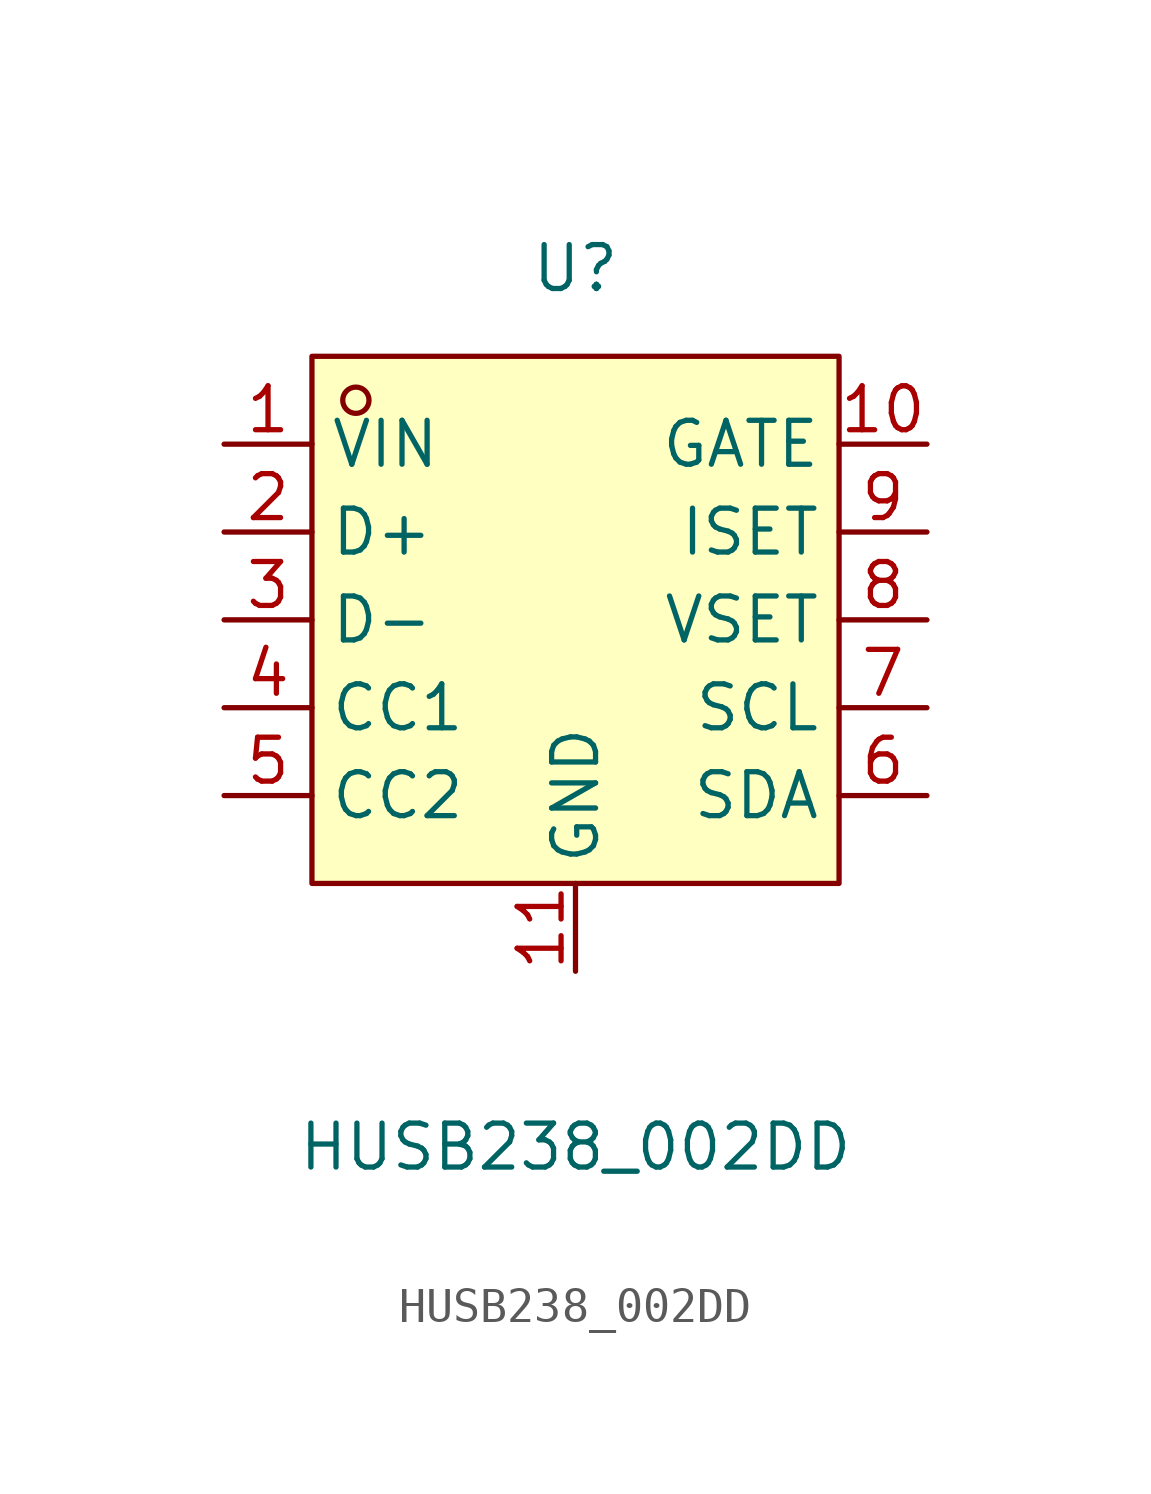
<source format=kicad_sym>
(kicad_symbol_lib
  (version 20231120)
  (generator "kicad_symbol_editor")
  (generator_version "8.0")
  (symbol "HUSB238_002DD"
    (property "Reference" "U"
      (at 0 10.16 0)
      (effects (font (size 1.27 1.27))))
    (property "Value" "HUSB238_002DD"
      (at 0 -15.24 0)
      (effects (font (size 1.27 1.27))))
    (symbol "HUSB238_002DD_0_1"
      (rectangle (start -7.62 7.62) (end 7.62 -7.62) (stroke (width 0) (type default)) (fill (type background)))
      (circle (center -6.35 6.35) (radius 0.38) (stroke (width 0) (type default)) (fill (type none)))
      (pin unspecified line (at -10.16 5.08 0) (length 2.54) (name "VIN" (effects (font (size 1.27 1.27)))) (number "1" (effects (font (size 1.27 1.27)))))
      (pin unspecified line (at 10.16 5.08 180) (length 2.54) (name "GATE" (effects (font (size 1.27 1.27)))) (number "10" (effects (font (size 1.27 1.27)))))
      (pin unspecified line (at 0 -10.16 90) (length 2.54) (name "GND" (effects (font (size 1.27 1.27)))) (number "11" (effects (font (size 1.27 1.27)))))
      (pin unspecified line (at -10.16 2.54 0) (length 2.54) (name "D+" (effects (font (size 1.27 1.27)))) (number "2" (effects (font (size 1.27 1.27)))))
      (pin unspecified line (at -10.16 0 0) (length 2.54) (name "D-" (effects (font (size 1.27 1.27)))) (number "3" (effects (font (size 1.27 1.27)))))
      (pin unspecified line (at -10.16 -2.54 0) (length 2.54) (name "CC1" (effects (font (size 1.27 1.27)))) (number "4" (effects (font (size 1.27 1.27)))))
      (pin unspecified line (at -10.16 -5.08 0) (length 2.54) (name "CC2" (effects (font (size 1.27 1.27)))) (number "5" (effects (font (size 1.27 1.27)))))
      (pin unspecified line (at 10.16 -5.08 180) (length 2.54) (name "SDA" (effects (font (size 1.27 1.27)))) (number "6" (effects (font (size 1.27 1.27)))))
      (pin unspecified line (at 10.16 -2.54 180) (length 2.54) (name "SCL" (effects (font (size 1.27 1.27)))) (number "7" (effects (font (size 1.27 1.27)))))
      (pin unspecified line (at 10.16 0 180) (length 2.54) (name "VSET" (effects (font (size 1.27 1.27)))) (number "8" (effects (font (size 1.27 1.27)))))
      (pin unspecified line (at 10.16 2.54 180) (length 2.54) (name "ISET" (effects (font (size 1.27 1.27)))) (number "9" (effects (font (size 1.27 1.27))))))))
</source>
